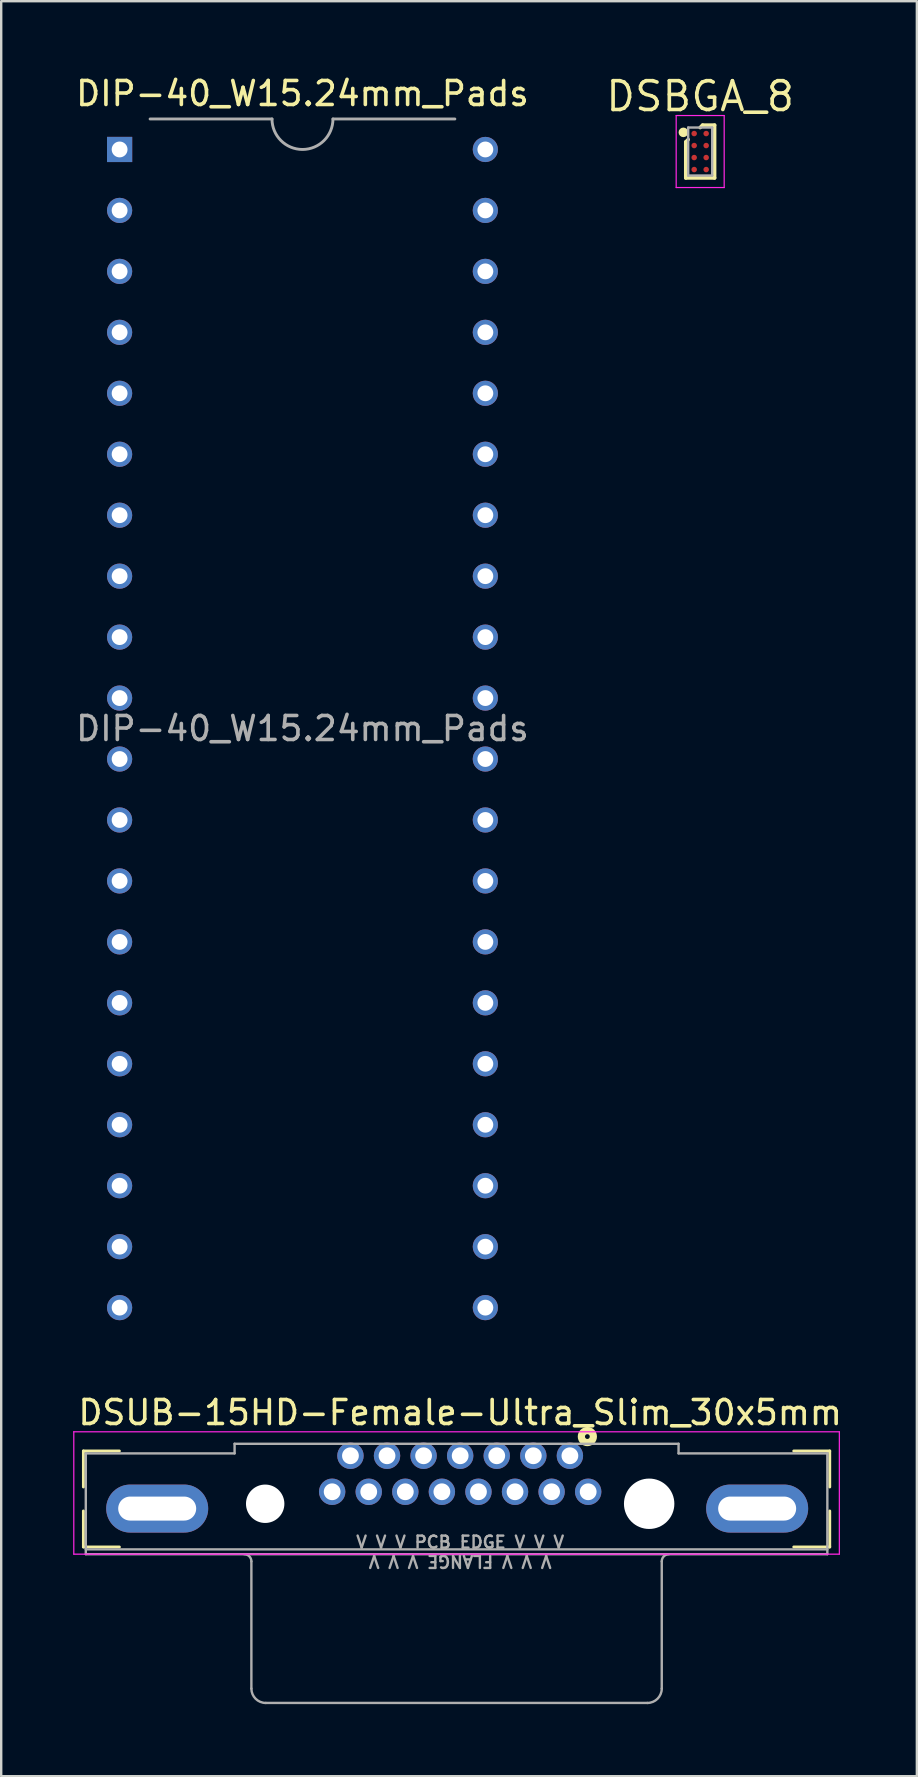
<source format=kicad_pcb>
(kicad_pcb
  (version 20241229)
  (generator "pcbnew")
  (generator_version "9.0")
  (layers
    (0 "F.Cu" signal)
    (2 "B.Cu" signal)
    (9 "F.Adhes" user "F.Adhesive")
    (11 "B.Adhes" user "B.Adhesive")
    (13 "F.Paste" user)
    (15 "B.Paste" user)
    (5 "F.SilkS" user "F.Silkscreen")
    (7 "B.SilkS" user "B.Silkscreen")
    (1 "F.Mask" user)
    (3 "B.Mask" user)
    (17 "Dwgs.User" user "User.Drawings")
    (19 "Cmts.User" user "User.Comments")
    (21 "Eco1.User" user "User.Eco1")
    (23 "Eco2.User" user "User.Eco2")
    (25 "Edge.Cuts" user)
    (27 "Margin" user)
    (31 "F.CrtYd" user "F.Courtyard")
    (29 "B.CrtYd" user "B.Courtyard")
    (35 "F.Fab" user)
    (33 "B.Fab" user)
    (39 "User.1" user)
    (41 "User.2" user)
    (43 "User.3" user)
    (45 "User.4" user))
  (footprint "DSUB-15HD-Female-Ultra_Slim_30x5mm"
    (layer "F.Cu")
    (at 16.125 59.111)
    (property "Reference" "DSUB-15HD-Female-Ultra_Slim_30x5mm" (at 0 -3.3 0) (layer "F.SilkS") (effects (font (size 1 1) (thickness 0.15))))
    (attr through_hole)
    (fp_line (start -15.7 -1.7) (end -15.7 -0.2) (stroke (width 0.12) (type solid)) (layer "F.SilkS"))
    (fp_line (start -15.7 -1.7) (end -14.2 -1.7) (stroke (width 0.12) (type solid)) (layer "F.SilkS"))
    (fp_line (start -15.7 2.3) (end -15.7 0.8) (stroke (width 0.12) (type solid)) (layer "F.SilkS"))
    (fp_line (start -15.7 2.3) (end -14.2 2.3) (stroke (width 0.12) (type solid)) (layer "F.SilkS"))
    (fp_line (start 13.9 -1.7) (end 15.4 -1.7) (stroke (width 0.12) (type solid)) (layer "F.SilkS"))
    (fp_line (start 15.4 -1.7) (end 15.4 -0.2) (stroke (width 0.12) (type solid)) (layer "F.SilkS"))
    (fp_line (start 15.4 2.3) (end 13.9 2.3) (stroke (width 0.12) (type solid)) (layer "F.SilkS"))
    (fp_line (start 15.4 2.3) (end 15.4 0.8) (stroke (width 0.12) (type solid)) (layer "F.SilkS"))
    (fp_circle (center 5.3 -2.3) (end 5.4 -2.3) (stroke (width 0.3) (type solid)) (fill no) (layer "F.SilkS"))
    (fp_line (start -16.1 -2.5) (end -16.1 2.6) (stroke (width 0.05) (type solid)) (layer "F.CrtYd"))
    (fp_line (start 15.8 -2.5) (end -16.1 -2.5) (stroke (width 0.05) (type solid)) (layer "F.CrtYd"))
    (fp_line (start 15.8 -2.5) (end 15.8 2.6) (stroke (width 0.05) (type solid)) (layer "F.CrtYd"))
    (fp_line (start 15.8 2.6) (end -16.1 2.6) (stroke (width 0.05) (type solid)) (layer "F.CrtYd"))
    (fp_line (start -15.6 -1.6) (end -15.6 2.6) (stroke (width 0.1) (type solid)) (layer "F.Fab"))
    (fp_line (start -15.6 -1.6) (end -9.4 -1.6) (stroke (width 0.1) (type solid)) (layer "F.Fab"))
    (fp_line (start -15.6 2.4) (end 15.3 2.4) (stroke (width 0.1) (type solid)) (layer "F.Fab"))
    (fp_line (start -15.6 2.6) (end 15.3 2.6) (stroke (width 0.1) (type solid)) (layer "F.Fab"))
    (fp_line (start -9.4 -2) (end -9.4 -1.6) (stroke (width 0.1) (type solid)) (layer "F.Fab"))
    (fp_line (start -9.4 -2) (end 9.1 -2) (stroke (width 0.1) (type solid)) (layer "F.Fab"))
    (fp_line (start -8.7 2.9) (end -8.7 8.2) (stroke (width 0.1) (type solid)) (layer "F.Fab"))
    (fp_line (start -8.1 8.8) (end 7.8 8.8) (stroke (width 0.1) (type solid)) (layer "F.Fab"))
    (fp_line (start 8.4 2.9) (end 8.4 8.2) (stroke (width 0.1) (type solid)) (layer "F.Fab"))
    (fp_line (start 9.1 -2) (end 9.1 -1.6) (stroke (width 0.1) (type solid)) (layer "F.Fab"))
    (fp_line (start 9.1 -1.6) (end 15.3 -1.6) (stroke (width 0.1) (type solid)) (layer "F.Fab"))
    (fp_line (start 15.3 -1.6) (end 15.3 2.6) (stroke (width 0.1) (type solid)) (layer "F.Fab"))
    (fp_arc (start -9 2.6) (mid -8.787868 2.687868) (end -8.7 2.9) (stroke (width 0.1) (type solid)) (layer "F.Fab"))
    (fp_arc (start -8.1 8.8) (mid -8.524264 8.624264) (end -8.7 8.2) (stroke (width 0.1) (type solid)) (layer "F.Fab"))
    (fp_arc (start 8.4 2.9) (mid 8.487868 2.687868) (end 8.7 2.6) (stroke (width 0.1) (type solid)) (layer "F.Fab"))
    (fp_arc (start 8.4 8.2) (mid 8.224264 8.624264) (end 7.8 8.8) (stroke (width 0.1) (type solid)) (layer "F.Fab"))
    (fp_text user "V V V FLANGE V V V" (at 0 2.9 180) (unlocked yes) (layer "F.Fab") (effects (font (size 0.5 0.5) (thickness 0.1))))
    (fp_text user "V V V PCB EDGE V V V" (at 0 2.1 0) (unlocked yes) (layer "F.Fab") (effects (font (size 0.5 0.5) (thickness 0.1))))
    (pad "" np_thru_hole circle (at -8.125 0.5) (size 1.6 1.6) (drill 1.6) (layers "*.Cu" "*.Mask"))
    (pad "" np_thru_hole circle (at 7.875 0.5) (size 2.1 2.1) (drill 2.1) (layers "*.Cu" "*.Mask"))
    (pad "0" thru_hole oval (at -12.625 0.7) (size 4.25 2) (drill oval 3.25 1) (layers "*.Cu" "*.Mask"))
    (pad "0" thru_hole oval (at 12.375 0.7) (size 4.25 2) (drill oval 3.25 1) (layers "*.Cu" "*.Mask"))
    (pad "1" thru_hole circle (at 4.572 -1.5) (size 1.1 1.1) (drill 0.7) (layers "*.Cu" "*.Mask"))
    (pad "2" thru_hole circle (at 2.286 0) (size 1.1 1.1) (drill 0.7) (layers "*.Cu" "*.Mask"))
    (pad "3" thru_hole circle (at 0 -1.5) (size 1.1 1.1) (drill 0.7) (layers "*.Cu" "*.Mask"))
    (pad "4" thru_hole circle (at -2.286 0) (size 1.1 1.1) (drill 0.7) (layers "*.Cu" "*.Mask"))
    (pad "5" thru_hole circle (at -4.572 -1.5) (size 1.1 1.1) (drill 0.7) (layers "*.Cu" "*.Mask"))
    (pad "6" thru_hole circle (at 5.334 0) (size 1.1 1.1) (drill 0.7) (layers "*.Cu" "*.Mask"))
    (pad "7" thru_hole circle (at 3.048 -1.5) (size 1.1 1.1) (drill 0.7) (layers "*.Cu" "*.Mask"))
    (pad "8" thru_hole circle (at 0.762 0) (size 1.1 1.1) (drill 0.7) (layers "*.Cu" "*.Mask"))
    (pad "9" thru_hole circle (at -1.524 -1.5) (size 1.1 1.1) (drill 0.7) (layers "*.Cu" "*.Mask"))
    (pad "10" thru_hole circle (at -3.81 0) (size 1.1 1.1) (drill 0.7) (layers "*.Cu" "*.Mask"))
    (pad "11" thru_hole circle (at 3.81 0) (size 1.1 1.1) (drill 0.7) (layers "*.Cu" "*.Mask"))
    (pad "12" thru_hole circle (at 1.524 -1.5) (size 1.1 1.1) (drill 0.7) (layers "*.Cu" "*.Mask"))
    (pad "13" thru_hole circle (at -0.762 0) (size 1.1 1.1) (drill 0.7) (layers "*.Cu" "*.Mask"))
    (pad "14" thru_hole circle (at -3.048 -1.5) (size 1.1 1.1) (drill 0.7) (layers "*.Cu" "*.Mask"))
    (pad "15" thru_hole circle (at -5.334 0) (size 1.1 1.1) (drill 0.7) (layers "*.Cu" "*.Mask")))
  (footprint "DSBGA_8"
    (layer "F.Cu")
    (at 26.126 3.265)
    (property "Reference" "DSBGA_8" (at 0 -2.3 0) (layer "F.SilkS") (effects (font (size 1.2 1.2) (thickness 0.15))))
    (attr smd)
    (fp_line (start -0.6 -0.4) (end -0.6 1.1) (stroke (width 0.15) (type solid)) (layer "F.SilkS"))
    (fp_line (start -0.6 -0.4) (end -0.5 -0.5) (stroke (width 0.15) (type solid)) (layer "F.SilkS"))
    (fp_line (start -0.6 1.1) (end 0.6 1.1) (stroke (width 0.15) (type solid)) (layer "F.SilkS"))
    (fp_line (start 0 -1) (end 0.1 -1.1) (stroke (width 0.15) (type solid)) (layer "F.SilkS"))
    (fp_line (start 0.6 -1.1) (end 0.1 -1.1) (stroke (width 0.15) (type solid)) (layer "F.SilkS"))
    (fp_line (start 0.6 1.1) (end 0.6 -1.1) (stroke (width 0.15) (type solid)) (layer "F.SilkS"))
    (fp_circle (center -0.7 -0.8) (end -0.6 -0.8) (stroke (width 0.2) (type solid)) (fill no) (layer "F.SilkS"))
    (fp_line (start -1 -1.5) (end 1 -1.5) (stroke (width 0.05) (type solid)) (layer "F.CrtYd"))
    (fp_line (start -1 1.5) (end -1 -1.5) (stroke (width 0.05) (type solid)) (layer "F.CrtYd"))
    (fp_line (start 1 -1.5) (end 1 1.5) (stroke (width 0.05) (type solid)) (layer "F.CrtYd"))
    (fp_line (start 1 1.5) (end -1 1.5) (stroke (width 0.05) (type solid)) (layer "F.CrtYd"))
    (fp_line (start -0.5 -1) (end -0.5 1) (stroke (width 0.1) (type solid)) (layer "F.Fab"))
    (fp_line (start -0.5 1) (end 0.5 1) (stroke (width 0.1) (type solid)) (layer "F.Fab"))
    (fp_line (start 0.5 -1) (end -0.5 -1) (stroke (width 0.1) (type solid)) (layer "F.Fab"))
    (fp_line (start 0.5 1) (end 0.5 -1) (stroke (width 0.1) (type solid)) (layer "F.Fab"))
    (pad "1" smd circle (at -0.25 -0.75) (size 0.23 0.23) (layers "F.Cu" "F.Mask" "F.Paste"))
    (pad "2" smd circle (at -0.25 -0.25) (size 0.23 0.23) (layers "F.Cu" "F.Mask" "F.Paste"))
    (pad "3" smd circle (at -0.25 0.25) (size 0.23 0.23) (layers "F.Cu" "F.Mask" "F.Paste"))
    (pad "4" smd circle (at -0.25 0.75) (size 0.23 0.23) (layers "F.Cu" "F.Mask" "F.Paste"))
    (pad "5" smd circle (at 0.25 0.75) (size 0.23 0.23) (layers "F.Cu" "F.Mask" "F.Paste"))
    (pad "6" smd circle (at 0.25 0.25) (size 0.23 0.23) (layers "F.Cu" "F.Mask" "F.Paste"))
    (pad "7" smd circle (at 0.25 -0.25) (size 0.23 0.23) (layers "F.Cu" "F.Mask" "F.Paste"))
    (pad "8" smd circle (at 0.25 -0.75) (size 0.23 0.23) (layers "F.Cu" "F.Mask" "F.Paste")))
  (footprint "DIP-40_W15.24mm_Pads"
    (layer "F.Cu")
    (at 1.934 3.178)
    (property "Reference" "DIP-40_W15.24mm_Pads" (at 7.62 -2.33 0) (layer "F.SilkS") (effects (font (size 1 1) (thickness 0.15))))
    (attr through_hole)
    (fp_line (start 6.35 -1.27) (end 1.27 -1.27) (stroke (width 0.12) (type solid)) (layer "F.Fab"))
    (fp_line (start 13.97 -1.27) (end 8.89 -1.27) (stroke (width 0.12) (type solid)) (layer "F.Fab"))
    (fp_arc (start 8.89 -1.27) (mid 7.62 0) (end 6.35 -1.27) (stroke (width 0.12) (type solid)) (layer "F.Fab"))
    (fp_text user "${REFERENCE}" (at 7.62 24.13 0) (layer "F.Fab") (effects (font (size 1 1) (thickness 0.15))))
    (pad "1" thru_hole rect (at 0 0) (size 1.05 1.05) (drill 0.66) (layers "*.Cu" "*.Mask"))
    (pad "2" thru_hole circle (at 0 2.54) (size 1.05 1.05) (drill 0.66) (layers "*.Cu" "*.Mask"))
    (pad "3" thru_hole circle (at 0 5.08) (size 1.05 1.05) (drill 0.66) (layers "*.Cu" "*.Mask"))
    (pad "4" thru_hole circle (at 0 7.62) (size 1.05 1.05) (drill 0.66) (layers "*.Cu" "*.Mask"))
    (pad "5" thru_hole circle (at 0 10.16) (size 1.05 1.05) (drill 0.66) (layers "*.Cu" "*.Mask"))
    (pad "6" thru_hole circle (at 0 12.7) (size 1.05 1.05) (drill 0.66) (layers "*.Cu" "*.Mask"))
    (pad "7" thru_hole circle (at 0 15.24) (size 1.05 1.05) (drill 0.66) (layers "*.Cu" "*.Mask"))
    (pad "8" thru_hole circle (at 0 17.78) (size 1.05 1.05) (drill 0.66) (layers "*.Cu" "*.Mask"))
    (pad "9" thru_hole circle (at 0 20.32) (size 1.05 1.05) (drill 0.66) (layers "*.Cu" "*.Mask"))
    (pad "10" thru_hole circle (at 0 22.86) (size 1.05 1.05) (drill 0.66) (layers "*.Cu" "*.Mask"))
    (pad "11" thru_hole circle (at 0 25.4) (size 1.05 1.05) (drill 0.66) (layers "*.Cu" "*.Mask"))
    (pad "12" thru_hole circle (at 0 27.94) (size 1.05 1.05) (drill 0.66) (layers "*.Cu" "*.Mask"))
    (pad "13" thru_hole circle (at 0 30.48) (size 1.05 1.05) (drill 0.66) (layers "*.Cu" "*.Mask"))
    (pad "14" thru_hole circle (at 0 33.02) (size 1.05 1.05) (drill 0.66) (layers "*.Cu" "*.Mask"))
    (pad "15" thru_hole circle (at 0 35.56) (size 1.05 1.05) (drill 0.66) (layers "*.Cu" "*.Mask"))
    (pad "16" thru_hole circle (at 0 38.1) (size 1.05 1.05) (drill 0.66) (layers "*.Cu" "*.Mask"))
    (pad "17" thru_hole circle (at 0 40.64) (size 1.05 1.05) (drill 0.66) (layers "*.Cu" "*.Mask"))
    (pad "18" thru_hole circle (at 0 43.18) (size 1.05 1.05) (drill 0.66) (layers "*.Cu" "*.Mask"))
    (pad "19" thru_hole circle (at 0 45.72) (size 1.05 1.05) (drill 0.66) (layers "*.Cu" "*.Mask"))
    (pad "20" thru_hole circle (at 0 48.26) (size 1.05 1.05) (drill 0.66) (layers "*.Cu" "*.Mask"))
    (pad "21" thru_hole circle (at 15.24 48.26) (size 1.05 1.05) (drill 0.66) (layers "*.Cu" "*.Mask"))
    (pad "22" thru_hole circle (at 15.24 45.72) (size 1.05 1.05) (drill 0.66) (layers "*.Cu" "*.Mask"))
    (pad "23" thru_hole circle (at 15.24 43.18) (size 1.05 1.05) (drill 0.66) (layers "*.Cu" "*.Mask"))
    (pad "24" thru_hole circle (at 15.24 40.64) (size 1.05 1.05) (drill 0.66) (layers "*.Cu" "*.Mask"))
    (pad "25" thru_hole circle (at 15.24 38.1) (size 1.05 1.05) (drill 0.66) (layers "*.Cu" "*.Mask"))
    (pad "26" thru_hole circle (at 15.24 35.56) (size 1.05 1.05) (drill 0.66) (layers "*.Cu" "*.Mask"))
    (pad "27" thru_hole circle (at 15.24 33.02) (size 1.05 1.05) (drill 0.66) (layers "*.Cu" "*.Mask"))
    (pad "28" thru_hole circle (at 15.24 30.48) (size 1.05 1.05) (drill 0.66) (layers "*.Cu" "*.Mask"))
    (pad "29" thru_hole circle (at 15.24 27.94) (size 1.05 1.05) (drill 0.66) (layers "*.Cu" "*.Mask"))
    (pad "30" thru_hole circle (at 15.24 25.4) (size 1.05 1.05) (drill 0.66) (layers "*.Cu" "*.Mask"))
    (pad "31" thru_hole circle (at 15.24 22.86) (size 1.05 1.05) (drill 0.66) (layers "*.Cu" "*.Mask"))
    (pad "32" thru_hole circle (at 15.24 20.32) (size 1.05 1.05) (drill 0.66) (layers "*.Cu" "*.Mask"))
    (pad "33" thru_hole circle (at 15.24 17.78) (size 1.05 1.05) (drill 0.66) (layers "*.Cu" "*.Mask"))
    (pad "34" thru_hole circle (at 15.24 15.24) (size 1.05 1.05) (drill 0.66) (layers "*.Cu" "*.Mask"))
    (pad "35" thru_hole circle (at 15.24 12.7) (size 1.05 1.05) (drill 0.66) (layers "*.Cu" "*.Mask"))
    (pad "36" thru_hole circle (at 15.24 10.16) (size 1.05 1.05) (drill 0.66) (layers "*.Cu" "*.Mask"))
    (pad "37" thru_hole circle (at 15.24 7.62) (size 1.05 1.05) (drill 0.66) (layers "*.Cu" "*.Mask"))
    (pad "38" thru_hole circle (at 15.24 5.08) (size 1.05 1.05) (drill 0.66) (layers "*.Cu" "*.Mask"))
    (pad "39" thru_hole circle (at 15.24 2.54) (size 1.05 1.05) (drill 0.66) (layers "*.Cu" "*.Mask"))
    (pad "40" thru_hole circle (at 15.24 0) (size 1.05 1.05) (drill 0.66) (layers "*.Cu" "*.Mask")))
  (gr_rect
    (start -3 -3)
    (end 35.155 70.962)
    (stroke (width 0.1) (type default))
    (fill no)
    (layer "Edge.Cuts")))
</source>
